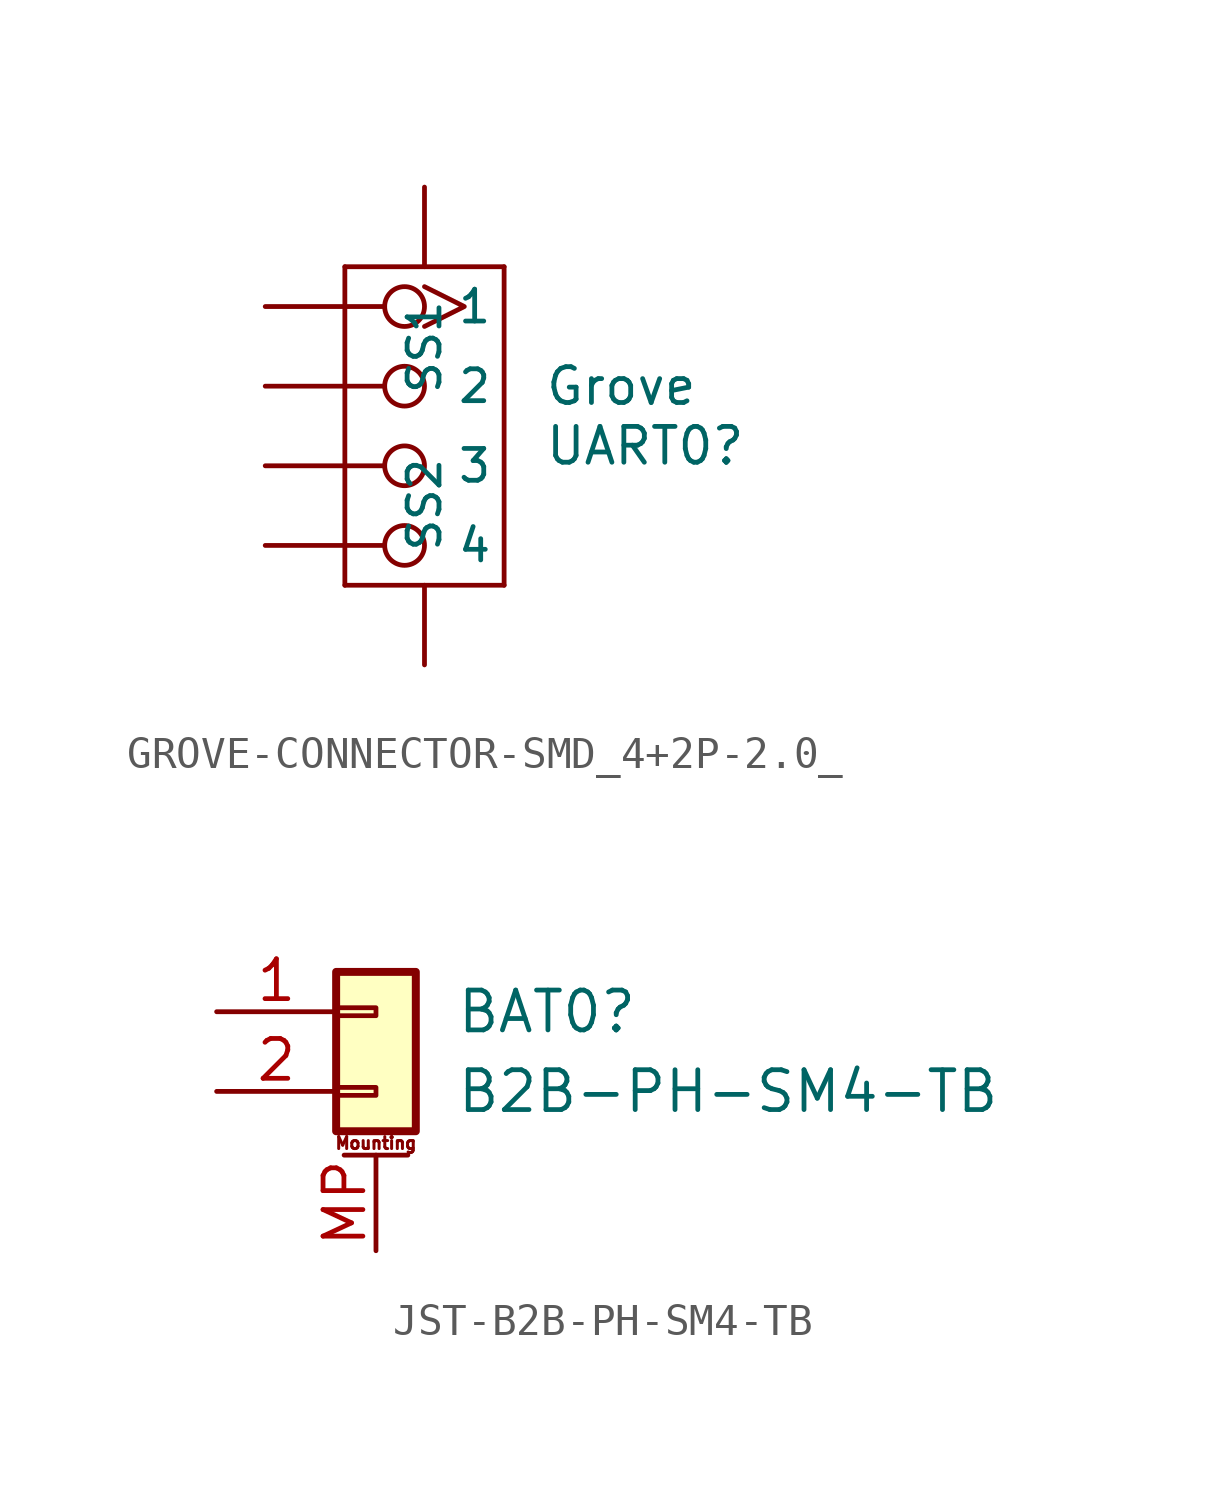
<source format=kicad_sym>
(kicad_symbol_lib
  (version 20231120)
  (generator "kicad_symbol_editor")
  (generator_version "8.0")
  (symbol "GROVE-CONNECTOR-SMD_4+2P-2.0_"
    (pin_numbers hide)
    (pin_names
      (offset 1.016))
    (property "Reference" "UART0"
      (at 3.81 -0.635 0)
      (effects (font (size 1.143 1.143)) (justify left)))
    (property "Value" "Grove"
      (at 3.81 1.27 0)
      (effects (font (size 1.143 1.143)) (justify left)))
    (symbol "GROVE-CONNECTOR-SMD_4+2P-2.0__1_0"
      (polyline (pts (xy -2.54 -5.08) (xy -2.54 5.08)) (stroke (width 0) (type solid)) (fill (type none)))
      (polyline (pts (xy -2.54 5.08) (xy 2.54 5.08)) (stroke (width 0) (type solid)) (fill (type none)))
      (polyline (pts (xy 2.54 -5.08) (xy -2.54 -5.08)) (stroke (width 0) (type solid)) (fill (type none)))
      (polyline (pts (xy 2.54 5.08) (xy 2.54 -5.08)) (stroke (width 0) (type solid)) (fill (type none))))
    (symbol "GROVE-CONNECTOR-SMD_4+2P-2.0__1_1"
      (pin bidirectional inverted_clock (at -5.08 3.81 0) (length 5.08) (name "1" (effects (font (size 1.016 1.016)))) (number "1" (effects (font (size 1.016 1.016)))))
      (pin bidirectional inverted (at -5.08 1.27 0) (length 5.08) (name "2" (effects (font (size 1.016 1.016)))) (number "2" (effects (font (size 1.016 1.016)))))
      (pin bidirectional inverted (at -5.08 -1.27 0) (length 5.08) (name "3" (effects (font (size 1.016 1.016)))) (number "3" (effects (font (size 1.016 1.016)))))
      (pin bidirectional inverted (at -5.08 -3.81 0) (length 5.08) (name "4" (effects (font (size 1.016 1.016)))) (number "4" (effects (font (size 1.016 1.016)))))
      (pin bidirectional line (at 0 7.62 270) (length 2.54) (name "SS1" (effects (font (size 1.016 1.016)))) (number "5" (effects (font (size 1.016 1.016)))))
      (pin bidirectional line (at 0 -7.62 90) (length 2.54) (name "SS2" (effects (font (size 1.016 1.016)))) (number "6" (effects (font (size 1.016 1.016)))))))
  (symbol "JST-B2B-PH-SM4-TB"
    (pin_names
      (offset 1.016) hide)
    (property "Reference" "BAT0"
      (at 2.54 0.0001 0)
      (effects (font (size 1.27 1.27)) (justify left)))
    (property "Value" "B2B-PH-SM4-TB"
      (at 2.54 -2.54 0)
      (effects (font (size 1.27 1.27)) (justify left)))
    (symbol "JST-B2B-PH-SM4-TB_1_1"
      (rectangle (start -1.27 -2.413) (end 0 -2.667) (stroke (width 0.152) (type default)) (fill (type none)))
      (rectangle (start -1.27 0.127) (end 0 -0.127) (stroke (width 0.152) (type default)) (fill (type none)))
      (rectangle (start -1.27 1.27) (end 1.27 -3.81) (stroke (width 0.254) (type default)) (fill (type background)))
      (polyline (pts (xy -1.016 -4.572) (xy 1.016 -4.572)) (stroke (width 0.152) (type default)) (fill (type none)))
      (text "Mounting" (at 0 -4.191 0) (effects (font (size 0.381 0.381))))
      (pin passive line (at -5.08 0 0) (length 3.81) (name "Pin_1" (effects (font (size 1.27 1.27)))) (number "1" (effects (font (size 1.27 1.27)))))
      (pin passive line (at -5.08 -2.54 0) (length 3.81) (name "Pin_2" (effects (font (size 1.27 1.27)))) (number "2" (effects (font (size 1.27 1.27)))))
      (pin passive line (at 0 -7.62 90) (length 3.048) (name "MountPin" (effects (font (size 1.27 1.27)))) (number "MP" (effects (font (size 1.27 1.27))))))))
</source>
